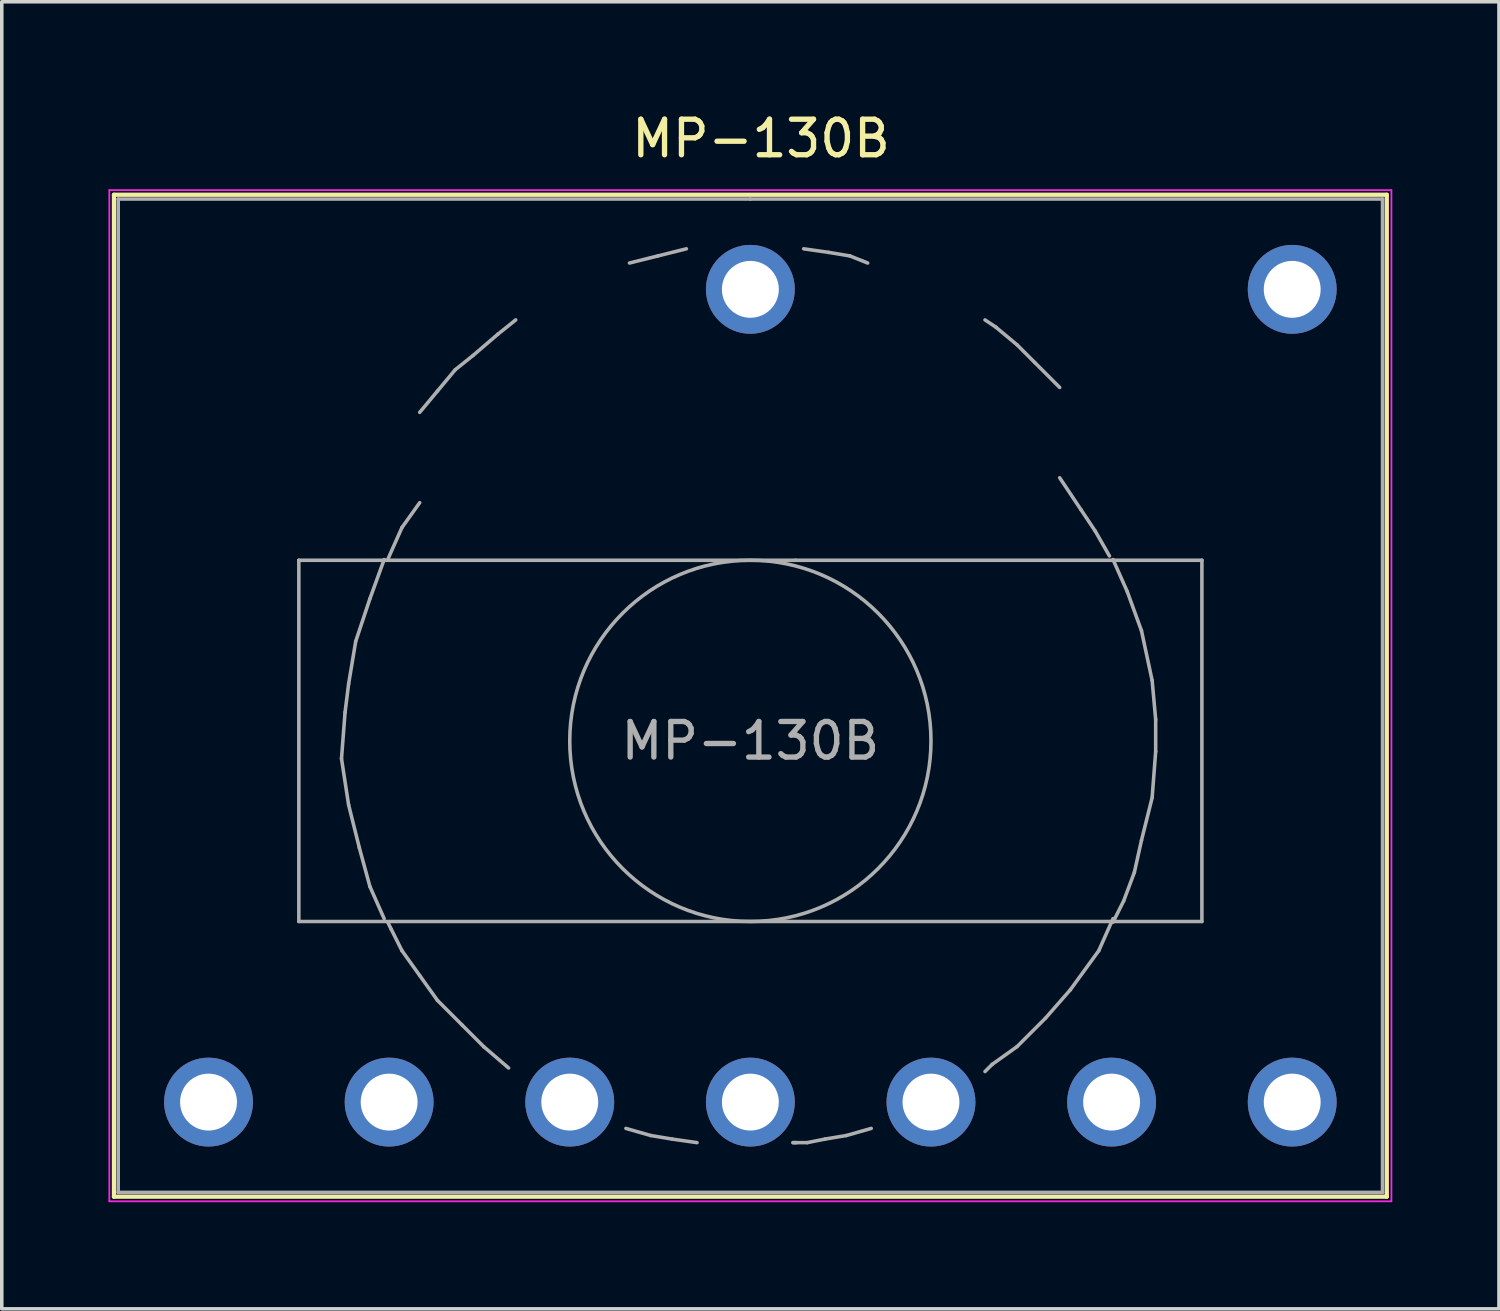
<source format=kicad_pcb>
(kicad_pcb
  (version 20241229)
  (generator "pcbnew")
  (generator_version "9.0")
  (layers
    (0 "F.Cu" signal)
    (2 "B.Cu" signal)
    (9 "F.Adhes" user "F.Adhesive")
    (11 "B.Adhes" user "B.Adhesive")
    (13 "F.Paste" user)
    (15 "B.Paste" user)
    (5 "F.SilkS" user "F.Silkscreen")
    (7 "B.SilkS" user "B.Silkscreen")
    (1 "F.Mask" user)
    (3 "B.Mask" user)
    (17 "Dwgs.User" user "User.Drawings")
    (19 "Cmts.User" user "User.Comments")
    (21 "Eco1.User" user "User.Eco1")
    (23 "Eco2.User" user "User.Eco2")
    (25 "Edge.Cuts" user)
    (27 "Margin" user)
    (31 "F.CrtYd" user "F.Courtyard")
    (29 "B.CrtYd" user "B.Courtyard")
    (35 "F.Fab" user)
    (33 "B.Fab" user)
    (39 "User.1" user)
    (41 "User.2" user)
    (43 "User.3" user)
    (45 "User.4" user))
  (footprint "MP-130B"
    (layer "F.Cu")
    (at 33.295 27.948)
    (property "Reference" "MP-130B" (at -14.94 -27.1 180) (layer "F.SilkS") (effects (font (size 1 1) (thickness 0.15))))
    (attr through_hole)
    (fp_line (start -33.14 -25.52) (end -33.14 2.66) (stroke (width 0.12) (type solid)) (layer "F.SilkS"))
    (fp_line (start -33.14 -25.52) (end 2.66 -25.52) (stroke (width 0.12) (type solid)) (layer "F.SilkS"))
    (fp_line (start 2.66 2.66) (end -33.14 2.66) (stroke (width 0.12) (type solid)) (layer "F.SilkS"))
    (fp_line (start 2.66 2.66) (end 2.66 -25.52) (stroke (width 0.12) (type solid)) (layer "F.SilkS"))
    (fp_line (start -33.27 -25.65) (end -33.27 2.79) (stroke (width 0.05) (type solid)) (layer "F.CrtYd"))
    (fp_line (start -33.27 -25.65) (end 2.79 -25.65) (stroke (width 0.05) (type solid)) (layer "F.CrtYd"))
    (fp_line (start 2.79 2.79) (end -33.27 2.79) (stroke (width 0.05) (type solid)) (layer "F.CrtYd"))
    (fp_line (start 2.79 2.79) (end 2.79 -25.65) (stroke (width 0.05) (type solid)) (layer "F.CrtYd"))
    (fp_line (start -33.02 -25.4) (end -33.02 2.54) (stroke (width 0.1) (type solid)) (layer "F.Fab"))
    (fp_line (start -33.02 2.54) (end 2.54 2.54) (stroke (width 0.1) (type solid)) (layer "F.Fab"))
    (fp_line (start -27.94 -15.24) (end -13.97 -15.24) (stroke (width 0.1) (type solid)) (layer "F.Fab"))
    (fp_line (start -27.94 -5.08) (end -27.94 -15.24) (stroke (width 0.1) (type solid)) (layer "F.Fab"))
    (fp_line (start -26.74 -9.66) (end -26.54 -8.36) (stroke (width 0.1) (type solid)) (layer "F.Fab"))
    (fp_line (start -26.64 -10.96) (end -26.74 -9.66) (stroke (width 0.1) (type solid)) (layer "F.Fab"))
    (fp_line (start -26.54 -11.76) (end -26.64 -10.96) (stroke (width 0.1) (type solid)) (layer "F.Fab"))
    (fp_line (start -26.54 -8.36) (end -26.24 -7.16) (stroke (width 0.1) (type solid)) (layer "F.Fab"))
    (fp_line (start -26.34 -12.96) (end -26.54 -11.76) (stroke (width 0.1) (type solid)) (layer "F.Fab"))
    (fp_line (start -26.24 -7.16) (end -25.94 -6.06) (stroke (width 0.1) (type solid)) (layer "F.Fab"))
    (fp_line (start -25.94 -14.16) (end -26.34 -12.96) (stroke (width 0.1) (type solid)) (layer "F.Fab"))
    (fp_line (start -25.94 -6.06) (end -25.54 -5.16) (stroke (width 0.1) (type solid)) (layer "F.Fab"))
    (fp_line (start -25.54 -15.26) (end -25.94 -14.16) (stroke (width 0.1) (type solid)) (layer "F.Fab"))
    (fp_line (start -25.34 -4.86) (end -25.44 -5.06) (stroke (width 0.1) (type solid)) (layer "F.Fab"))
    (fp_line (start -25.04 -16.16) (end -25.44 -15.26) (stroke (width 0.1) (type solid)) (layer "F.Fab"))
    (fp_line (start -25.04 -4.26) (end -25.34 -4.86) (stroke (width 0.1) (type solid)) (layer "F.Fab"))
    (fp_line (start -24.54 -16.86) (end -25.04 -16.16) (stroke (width 0.1) (type solid)) (layer "F.Fab"))
    (fp_line (start -24.54 -3.56) (end -25.04 -4.26) (stroke (width 0.1) (type solid)) (layer "F.Fab"))
    (fp_line (start -24.04 -20) (end -24.54 -19.4) (stroke (width 0.1) (type solid)) (layer "F.Fab"))
    (fp_line (start -24.04 -2.86) (end -24.54 -3.56) (stroke (width 0.1) (type solid)) (layer "F.Fab"))
    (fp_line (start -23.54 -20.6) (end -24.04 -20) (stroke (width 0.1) (type solid)) (layer "F.Fab"))
    (fp_line (start -23.34 -2.16) (end -24.04 -2.86) (stroke (width 0.1) (type solid)) (layer "F.Fab"))
    (fp_line (start -23.04 -21) (end -23.54 -20.6) (stroke (width 0.1) (type solid)) (layer "F.Fab"))
    (fp_line (start -22.74 -1.56) (end -23.34 -2.16) (stroke (width 0.1) (type solid)) (layer "F.Fab"))
    (fp_line (start -22.34 -21.6) (end -23.04 -21) (stroke (width 0.1) (type solid)) (layer "F.Fab"))
    (fp_line (start -22.04 -0.96) (end -22.74 -1.56) (stroke (width 0.1) (type solid)) (layer "F.Fab"))
    (fp_line (start -21.84 -22) (end -22.34 -21.6) (stroke (width 0.1) (type solid)) (layer "F.Fab"))
    (fp_line (start -18.04 0.94) (end -18.74 0.74) (stroke (width 0.1) (type solid)) (layer "F.Fab"))
    (fp_line (start -17.84 -23.8) (end -18.64 -23.6) (stroke (width 0.1) (type solid)) (layer "F.Fab"))
    (fp_line (start -17.44 1.04) (end -18.04 0.94) (stroke (width 0.1) (type solid)) (layer "F.Fab"))
    (fp_line (start -17.04 -24) (end -17.84 -23.8) (stroke (width 0.1) (type solid)) (layer "F.Fab"))
    (fp_line (start -16.74 1.14) (end -17.44 1.04) (stroke (width 0.1) (type solid)) (layer "F.Fab"))
    (fp_line (start -15.24 -25.4) (end -33.02 -25.4) (stroke (width 0.1) (type solid)) (layer "F.Fab"))
    (fp_line (start -15.24 -25.4) (end 2.54 -25.4) (stroke (width 0.1) (type solid)) (layer "F.Fab"))
    (fp_line (start -14.04 1.14) (end -13.94 1.14) (stroke (width 0.1) (type solid)) (layer "F.Fab"))
    (fp_line (start -13.97 -15.24) (end -2.54 -15.24) (stroke (width 0.1) (type solid)) (layer "F.Fab"))
    (fp_line (start -13.64 1.14) (end -14.04 1.14) (stroke (width 0.1) (type solid)) (layer "F.Fab"))
    (fp_line (start -13.14 1.04) (end -13.64 1.14) (stroke (width 0.1) (type solid)) (layer "F.Fab"))
    (fp_line (start -13.04 -23.9) (end -13.74 -24) (stroke (width 0.1) (type solid)) (layer "F.Fab"))
    (fp_line (start -12.54 0.94) (end -13.14 1.04) (stroke (width 0.1) (type solid)) (layer "F.Fab"))
    (fp_line (start -12.44 -23.8) (end -13.04 -23.9) (stroke (width 0.1) (type solid)) (layer "F.Fab"))
    (fp_line (start -11.94 -23.6) (end -12.44 -23.8) (stroke (width 0.1) (type solid)) (layer "F.Fab"))
    (fp_line (start -11.84 0.74) (end -12.54 0.94) (stroke (width 0.1) (type solid)) (layer "F.Fab"))
    (fp_line (start -8.64 -22) (end -8.34 -21.8) (stroke (width 0.1) (type solid)) (layer "F.Fab"))
    (fp_line (start -8.44 -1.06) (end -8.64 -0.86) (stroke (width 0.1) (type solid)) (layer "F.Fab"))
    (fp_line (start -8.34 -21.8) (end -7.74 -21.3) (stroke (width 0.1) (type solid)) (layer "F.Fab"))
    (fp_line (start -7.74 -21.3) (end -7.24 -20.8) (stroke (width 0.1) (type solid)) (layer "F.Fab"))
    (fp_line (start -7.74 -1.56) (end -8.44 -1.06) (stroke (width 0.1) (type solid)) (layer "F.Fab"))
    (fp_line (start -7.24 -20.8) (end -6.54 -20.1) (stroke (width 0.1) (type solid)) (layer "F.Fab"))
    (fp_line (start -6.94 -2.36) (end -7.74 -1.56) (stroke (width 0.1) (type solid)) (layer "F.Fab"))
    (fp_line (start -6.54 -17.56) (end -5.94 -16.66) (stroke (width 0.1) (type solid)) (layer "F.Fab"))
    (fp_line (start -6.24 -3.16) (end -6.94 -2.36) (stroke (width 0.1) (type solid)) (layer "F.Fab"))
    (fp_line (start -5.94 -16.66) (end -5.54 -16.06) (stroke (width 0.1) (type solid)) (layer "F.Fab"))
    (fp_line (start -5.54 -16.06) (end -5.14 -15.36) (stroke (width 0.1) (type solid)) (layer "F.Fab"))
    (fp_line (start -5.44 -4.26) (end -6.24 -3.16) (stroke (width 0.1) (type solid)) (layer "F.Fab"))
    (fp_line (start -5.04 -15.26) (end -4.64 -14.36) (stroke (width 0.1) (type solid)) (layer "F.Fab"))
    (fp_line (start -5.04 -5.16) (end -5.44 -4.26) (stroke (width 0.1) (type solid)) (layer "F.Fab"))
    (fp_line (start -4.74 -5.66) (end -5.04 -5.06) (stroke (width 0.1) (type solid)) (layer "F.Fab"))
    (fp_line (start -4.64 -14.36) (end -4.24 -13.26) (stroke (width 0.1) (type solid)) (layer "F.Fab"))
    (fp_line (start -4.44 -6.46) (end -4.74 -5.66) (stroke (width 0.1) (type solid)) (layer "F.Fab"))
    (fp_line (start -4.24 -13.26) (end -3.94 -11.86) (stroke (width 0.1) (type solid)) (layer "F.Fab"))
    (fp_line (start -4.24 -7.36) (end -4.44 -6.46) (stroke (width 0.1) (type solid)) (layer "F.Fab"))
    (fp_line (start -3.94 -11.86) (end -3.84 -10.76) (stroke (width 0.1) (type solid)) (layer "F.Fab"))
    (fp_line (start -3.94 -8.56) (end -4.24 -7.36) (stroke (width 0.1) (type solid)) (layer "F.Fab"))
    (fp_line (start -3.84 -10.76) (end -3.84 -9.86) (stroke (width 0.1) (type solid)) (layer "F.Fab"))
    (fp_line (start -3.84 -9.86) (end -3.94 -8.56) (stroke (width 0.1) (type solid)) (layer "F.Fab"))
    (fp_line (start -2.54 -15.24) (end -2.54 -5.08) (stroke (width 0.1) (type solid)) (layer "F.Fab"))
    (fp_line (start -2.54 -5.08) (end -27.94 -5.08) (stroke (width 0.1) (type solid)) (layer "F.Fab"))
    (fp_line (start 2.54 -25.4) (end 2.54 2.54) (stroke (width 0.1) (type solid)) (layer "F.Fab"))
    (fp_circle (center -15.24 -10.16) (end -15.24 -15.24) (stroke (width 0.1) (type solid)) (fill no) (layer "F.Fab"))
    (fp_text user "${REFERENCE}" (at -15.24 -10.16 180) (layer "F.Fab") (effects (font (size 1 1) (thickness 0.15))))
    (pad "1" thru_hole circle (at 0 -22.86) (size 2.5 2.5) (drill 1.6) (layers "*.Cu" "*.Mask"))
    (pad "4" thru_hole circle (at -15.24 -22.86) (size 2.5 2.5) (drill 1.6) (layers "*.Cu" "*.Mask"))
    (pad "8" thru_hole circle (at -30.48 0) (size 2.5 2.5) (drill 1.6) (layers "*.Cu" "*.Mask"))
    (pad "9" thru_hole circle (at -25.4 0) (size 2.5 2.5) (drill 1.6) (layers "*.Cu" "*.Mask"))
    (pad "10" thru_hole circle (at -20.32 0) (size 2.5 2.5) (drill 1.6) (layers "*.Cu" "*.Mask"))
    (pad "11" thru_hole circle (at -15.24 0) (size 2.5 2.5) (drill 1.6) (layers "*.Cu" "*.Mask"))
    (pad "12" thru_hole circle (at -10.16 0) (size 2.5 2.5) (drill 1.6) (layers "*.Cu" "*.Mask"))
    (pad "13" thru_hole circle (at -5.08 0) (size 2.5 2.5) (drill 1.6) (layers "*.Cu" "*.Mask"))
    (pad "14" thru_hole circle (at 0 0) (size 2.5 2.5) (drill 1.6) (layers "*.Cu" "*.Mask")))
  (gr_rect
    (start -3 -3)
    (end 39.11 33.763)
    (stroke (width 0.1) (type default))
    (fill no)
    (layer "Edge.Cuts")))
</source>
